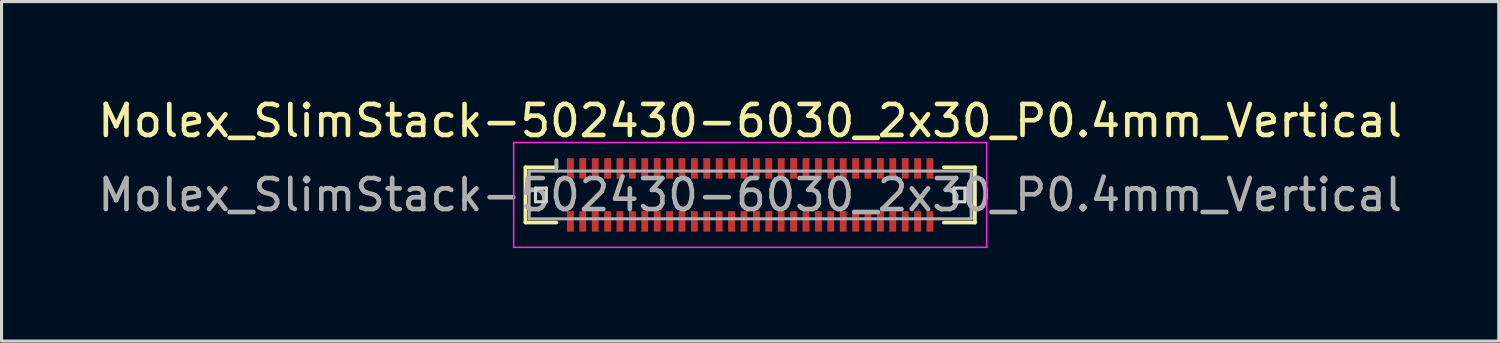
<source format=kicad_pcb>
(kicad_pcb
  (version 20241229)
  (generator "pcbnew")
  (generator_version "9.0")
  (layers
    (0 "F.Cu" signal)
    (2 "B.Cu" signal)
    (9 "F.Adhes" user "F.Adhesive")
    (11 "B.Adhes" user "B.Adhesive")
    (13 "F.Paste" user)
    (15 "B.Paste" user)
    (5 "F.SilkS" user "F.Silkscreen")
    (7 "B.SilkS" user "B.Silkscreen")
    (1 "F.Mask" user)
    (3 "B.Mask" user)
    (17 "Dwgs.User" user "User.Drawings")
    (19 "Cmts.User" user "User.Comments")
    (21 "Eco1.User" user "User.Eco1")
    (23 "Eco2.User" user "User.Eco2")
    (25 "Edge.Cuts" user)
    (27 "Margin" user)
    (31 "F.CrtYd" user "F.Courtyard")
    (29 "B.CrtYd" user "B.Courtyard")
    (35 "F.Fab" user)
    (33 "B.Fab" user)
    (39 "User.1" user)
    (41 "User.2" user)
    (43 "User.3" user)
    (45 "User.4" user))
  (footprint "Molex_SlimStack-502430-6030_2x30_P0.4mm_Vertical"
    (layer "F.Cu")
    (at 21.149 3.238)
    (property "Reference" "Molex_SlimStack-502430-6030_2x30_P0.4mm_Vertical" (at 0 -2.39 0) (layer "F.SilkS") (effects (font (size 1 1) (thickness 0.15))))
    (attr smd)
    (fp_line (start -7.25 -0.89) (end -6.25 -0.89) (stroke (width 0.12) (type solid)) (layer "F.SilkS"))
    (fp_line (start -7.25 0.89) (end -7.25 -0.89) (stroke (width 0.12) (type solid)) (layer "F.SilkS"))
    (fp_line (start -6.25 -0.89) (end -6.25 -1.12) (stroke (width 0.12) (type solid)) (layer "F.SilkS"))
    (fp_line (start -6.25 0.89) (end -7.25 0.89) (stroke (width 0.12) (type solid)) (layer "F.SilkS"))
    (fp_line (start 6.25 0.89) (end 7.25 0.89) (stroke (width 0.12) (type solid)) (layer "F.SilkS"))
    (fp_line (start 7.25 -0.89) (end 6.25 -0.89) (stroke (width 0.12) (type solid)) (layer "F.SilkS"))
    (fp_line (start 7.25 0.89) (end 7.25 -0.89) (stroke (width 0.12) (type solid)) (layer "F.SilkS"))
    (fp_line (start -6.925 -0.22) (end -6.925 0.22) (stroke (width 0.1) (type solid)) (layer "Edge.Cuts"))
    (fp_line (start -6.925 0.22) (end -6.575 0.22) (stroke (width 0.1) (type solid)) (layer "Edge.Cuts"))
    (fp_line (start -6.575 -0.22) (end -6.925 -0.22) (stroke (width 0.1) (type solid)) (layer "Edge.Cuts"))
    (fp_line (start -6.575 0.22) (end -6.575 -0.22) (stroke (width 0.1) (type solid)) (layer "Edge.Cuts"))
    (fp_line (start 6.575 -0.22) (end 6.575 0.22) (stroke (width 0.1) (type solid)) (layer "Edge.Cuts"))
    (fp_line (start 6.575 0.22) (end 6.925 0.22) (stroke (width 0.1) (type solid)) (layer "Edge.Cuts"))
    (fp_line (start 6.925 -0.22) (end 6.575 -0.22) (stroke (width 0.1) (type solid)) (layer "Edge.Cuts"))
    (fp_line (start 6.925 0.22) (end 6.925 -0.22) (stroke (width 0.1) (type solid)) (layer "Edge.Cuts"))
    (fp_line (start -7.63 -1.69) (end -7.63 1.69) (stroke (width 0.05) (type solid)) (layer "F.CrtYd"))
    (fp_line (start -7.63 1.69) (end 7.63 1.69) (stroke (width 0.05) (type solid)) (layer "F.CrtYd"))
    (fp_line (start 7.63 -1.69) (end -7.63 -1.69) (stroke (width 0.05) (type solid)) (layer "F.CrtYd"))
    (fp_line (start 7.63 1.69) (end 7.63 -1.69) (stroke (width 0.05) (type solid)) (layer "F.CrtYd"))
    (fp_line (start -7.13 -0.77) (end -7.13 0.77) (stroke (width 0.1) (type solid)) (layer "F.Fab"))
    (fp_line (start -7.13 0.77) (end 7.13 0.77) (stroke (width 0.1) (type solid)) (layer "F.Fab"))
    (fp_line (start -6.25 -0.77) (end -6.25 -1.12) (stroke (width 0.1) (type solid)) (layer "F.Fab"))
    (fp_line (start 7.13 -0.77) (end -7.13 -0.77) (stroke (width 0.1) (type solid)) (layer "F.Fab"))
    (fp_line (start 7.13 0.77) (end 7.13 -0.77) (stroke (width 0.1) (type solid)) (layer "F.Fab"))
    (fp_text user "${REFERENCE}" (at 0 0 0) (layer "F.Fab") (effects (font (size 1 1) (thickness 0.15))))
    (pad "1" smd rect (at -5.8 -0.855) (size 0.22 0.66) (layers "F.Cu" "F.Mask" "F.Paste"))
    (pad "2" smd rect (at -5.8 0.855) (size 0.22 0.66) (layers "F.Cu" "F.Mask" "F.Paste"))
    (pad "3" smd rect (at -5.4 -0.855) (size 0.22 0.66) (layers "F.Cu" "F.Mask" "F.Paste"))
    (pad "4" smd rect (at -5.4 0.855) (size 0.22 0.66) (layers "F.Cu" "F.Mask" "F.Paste"))
    (pad "5" smd rect (at -5 -0.855) (size 0.22 0.66) (layers "F.Cu" "F.Mask" "F.Paste"))
    (pad "6" smd rect (at -5 0.855) (size 0.22 0.66) (layers "F.Cu" "F.Mask" "F.Paste"))
    (pad "7" smd rect (at -4.6 -0.855) (size 0.22 0.66) (layers "F.Cu" "F.Mask" "F.Paste"))
    (pad "8" smd rect (at -4.6 0.855) (size 0.22 0.66) (layers "F.Cu" "F.Mask" "F.Paste"))
    (pad "9" smd rect (at -4.2 -0.855) (size 0.22 0.66) (layers "F.Cu" "F.Mask" "F.Paste"))
    (pad "10" smd rect (at -4.2 0.855) (size 0.22 0.66) (layers "F.Cu" "F.Mask" "F.Paste"))
    (pad "11" smd rect (at -3.8 -0.855) (size 0.22 0.66) (layers "F.Cu" "F.Mask" "F.Paste"))
    (pad "12" smd rect (at -3.8 0.855) (size 0.22 0.66) (layers "F.Cu" "F.Mask" "F.Paste"))
    (pad "13" smd rect (at -3.4 -0.855) (size 0.22 0.66) (layers "F.Cu" "F.Mask" "F.Paste"))
    (pad "14" smd rect (at -3.4 0.855) (size 0.22 0.66) (layers "F.Cu" "F.Mask" "F.Paste"))
    (pad "15" smd rect (at -3 -0.855) (size 0.22 0.66) (layers "F.Cu" "F.Mask" "F.Paste"))
    (pad "16" smd rect (at -3 0.855) (size 0.22 0.66) (layers "F.Cu" "F.Mask" "F.Paste"))
    (pad "17" smd rect (at -2.6 -0.855) (size 0.22 0.66) (layers "F.Cu" "F.Mask" "F.Paste"))
    (pad "18" smd rect (at -2.6 0.855) (size 0.22 0.66) (layers "F.Cu" "F.Mask" "F.Paste"))
    (pad "19" smd rect (at -2.2 -0.855) (size 0.22 0.66) (layers "F.Cu" "F.Mask" "F.Paste"))
    (pad "20" smd rect (at -2.2 0.855) (size 0.22 0.66) (layers "F.Cu" "F.Mask" "F.Paste"))
    (pad "21" smd rect (at -1.8 -0.855) (size 0.22 0.66) (layers "F.Cu" "F.Mask" "F.Paste"))
    (pad "22" smd rect (at -1.8 0.855) (size 0.22 0.66) (layers "F.Cu" "F.Mask" "F.Paste"))
    (pad "23" smd rect (at -1.4 -0.855) (size 0.22 0.66) (layers "F.Cu" "F.Mask" "F.Paste"))
    (pad "24" smd rect (at -1.4 0.855) (size 0.22 0.66) (layers "F.Cu" "F.Mask" "F.Paste"))
    (pad "25" smd rect (at -1 -0.855) (size 0.22 0.66) (layers "F.Cu" "F.Mask" "F.Paste"))
    (pad "26" smd rect (at -1 0.855) (size 0.22 0.66) (layers "F.Cu" "F.Mask" "F.Paste"))
    (pad "27" smd rect (at -0.6 -0.855) (size 0.22 0.66) (layers "F.Cu" "F.Mask" "F.Paste"))
    (pad "28" smd rect (at -0.6 0.855) (size 0.22 0.66) (layers "F.Cu" "F.Mask" "F.Paste"))
    (pad "29" smd rect (at -0.2 -0.855) (size 0.22 0.66) (layers "F.Cu" "F.Mask" "F.Paste"))
    (pad "30" smd rect (at -0.2 0.855) (size 0.22 0.66) (layers "F.Cu" "F.Mask" "F.Paste"))
    (pad "31" smd rect (at 0.2 -0.855) (size 0.22 0.66) (layers "F.Cu" "F.Mask" "F.Paste"))
    (pad "32" smd rect (at 0.2 0.855) (size 0.22 0.66) (layers "F.Cu" "F.Mask" "F.Paste"))
    (pad "33" smd rect (at 0.6 -0.855) (size 0.22 0.66) (layers "F.Cu" "F.Mask" "F.Paste"))
    (pad "34" smd rect (at 0.6 0.855) (size 0.22 0.66) (layers "F.Cu" "F.Mask" "F.Paste"))
    (pad "35" smd rect (at 1 -0.855) (size 0.22 0.66) (layers "F.Cu" "F.Mask" "F.Paste"))
    (pad "36" smd rect (at 1 0.855) (size 0.22 0.66) (layers "F.Cu" "F.Mask" "F.Paste"))
    (pad "37" smd rect (at 1.4 -0.855) (size 0.22 0.66) (layers "F.Cu" "F.Mask" "F.Paste"))
    (pad "38" smd rect (at 1.4 0.855) (size 0.22 0.66) (layers "F.Cu" "F.Mask" "F.Paste"))
    (pad "39" smd rect (at 1.8 -0.855) (size 0.22 0.66) (layers "F.Cu" "F.Mask" "F.Paste"))
    (pad "40" smd rect (at 1.8 0.855) (size 0.22 0.66) (layers "F.Cu" "F.Mask" "F.Paste"))
    (pad "41" smd rect (at 2.2 -0.855) (size 0.22 0.66) (layers "F.Cu" "F.Mask" "F.Paste"))
    (pad "42" smd rect (at 2.2 0.855) (size 0.22 0.66) (layers "F.Cu" "F.Mask" "F.Paste"))
    (pad "43" smd rect (at 2.6 -0.855) (size 0.22 0.66) (layers "F.Cu" "F.Mask" "F.Paste"))
    (pad "44" smd rect (at 2.6 0.855) (size 0.22 0.66) (layers "F.Cu" "F.Mask" "F.Paste"))
    (pad "45" smd rect (at 3 -0.855) (size 0.22 0.66) (layers "F.Cu" "F.Mask" "F.Paste"))
    (pad "46" smd rect (at 3 0.855) (size 0.22 0.66) (layers "F.Cu" "F.Mask" "F.Paste"))
    (pad "47" smd rect (at 3.4 -0.855) (size 0.22 0.66) (layers "F.Cu" "F.Mask" "F.Paste"))
    (pad "48" smd rect (at 3.4 0.855) (size 0.22 0.66) (layers "F.Cu" "F.Mask" "F.Paste"))
    (pad "49" smd rect (at 3.8 -0.855) (size 0.22 0.66) (layers "F.Cu" "F.Mask" "F.Paste"))
    (pad "50" smd rect (at 3.8 0.855) (size 0.22 0.66) (layers "F.Cu" "F.Mask" "F.Paste"))
    (pad "51" smd rect (at 4.2 -0.855) (size 0.22 0.66) (layers "F.Cu" "F.Mask" "F.Paste"))
    (pad "52" smd rect (at 4.2 0.855) (size 0.22 0.66) (layers "F.Cu" "F.Mask" "F.Paste"))
    (pad "53" smd rect (at 4.6 -0.855) (size 0.22 0.66) (layers "F.Cu" "F.Mask" "F.Paste"))
    (pad "54" smd rect (at 4.6 0.855) (size 0.22 0.66) (layers "F.Cu" "F.Mask" "F.Paste"))
    (pad "55" smd rect (at 5 -0.855) (size 0.22 0.66) (layers "F.Cu" "F.Mask" "F.Paste"))
    (pad "56" smd rect (at 5 0.855) (size 0.22 0.66) (layers "F.Cu" "F.Mask" "F.Paste"))
    (pad "57" smd rect (at 5.4 -0.855) (size 0.22 0.66) (layers "F.Cu" "F.Mask" "F.Paste"))
    (pad "58" smd rect (at 5.4 0.855) (size 0.22 0.66) (layers "F.Cu" "F.Mask" "F.Paste"))
    (pad "59" smd rect (at 5.8 -0.855) (size 0.22 0.66) (layers "F.Cu" "F.Mask" "F.Paste"))
    (pad "60" smd rect (at 5.8 0.855) (size 0.22 0.66) (layers "F.Cu" "F.Mask" "F.Paste")))
  (gr_rect
    (start -3 -3)
    (end 45.298 7.953)
    (stroke (width 0.1) (type default))
    (fill no)
    (layer "Edge.Cuts")))
</source>
